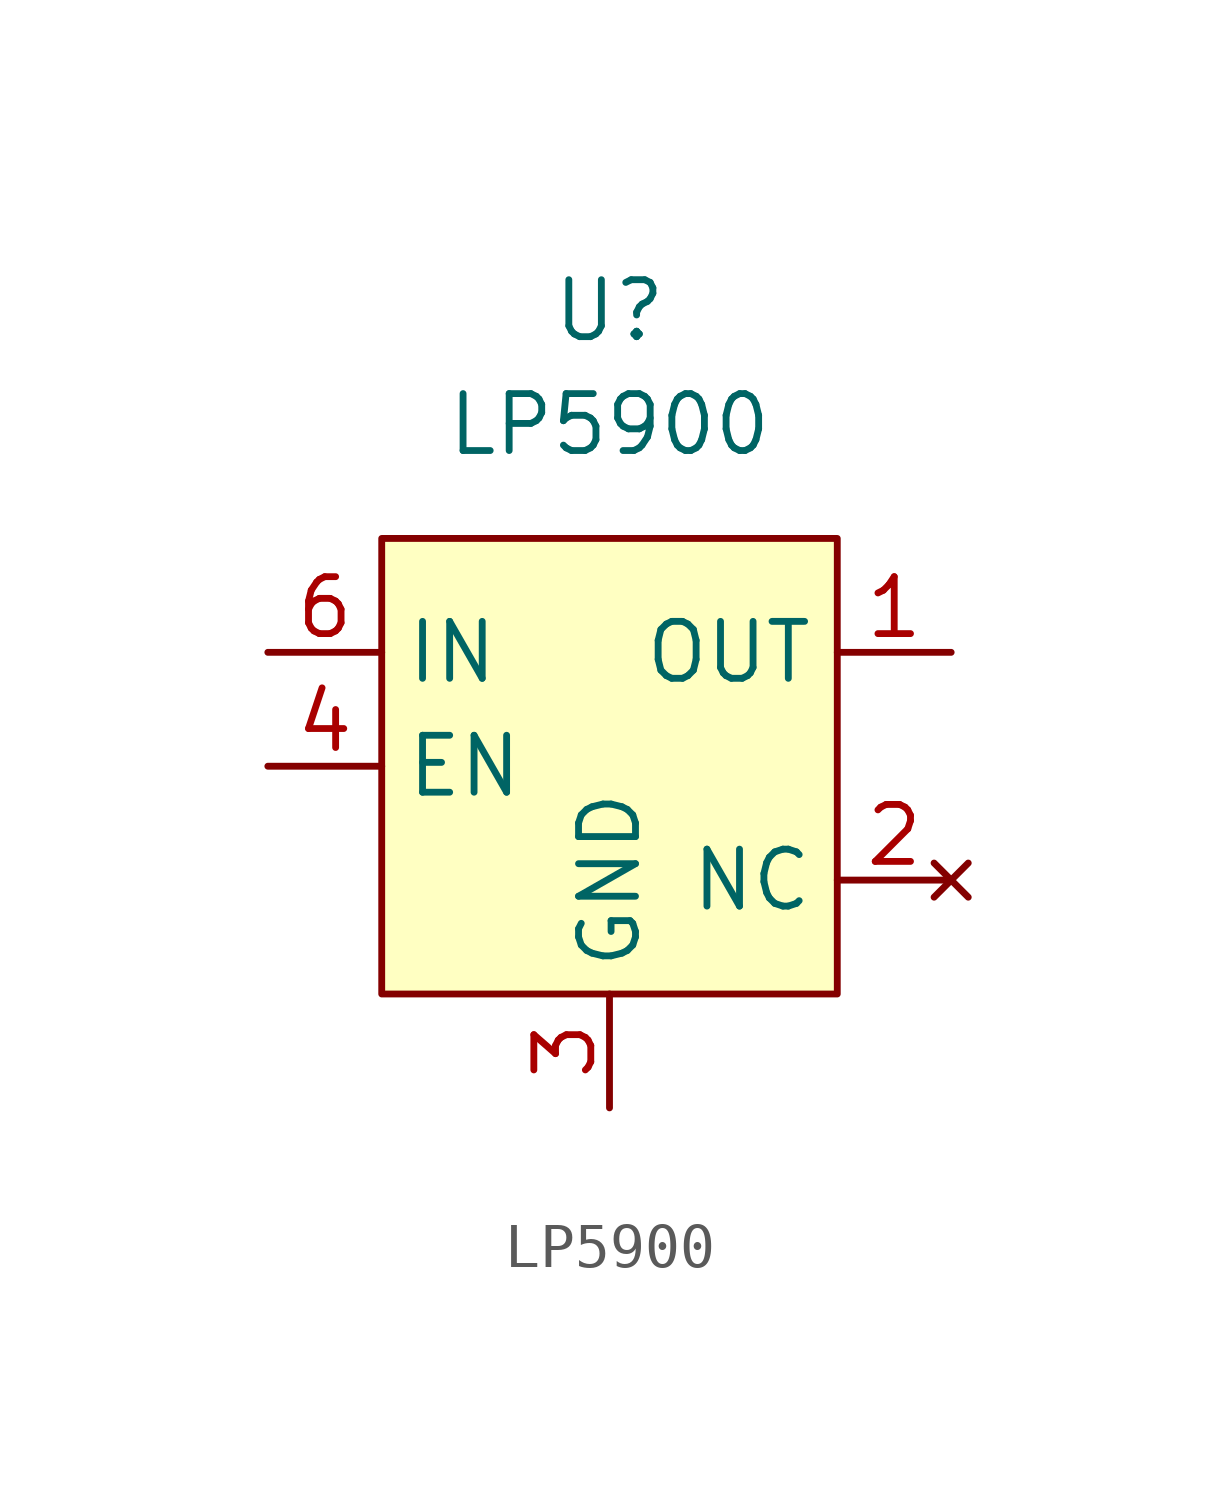
<source format=kicad_sym>
(kicad_symbol_lib
  (version 20211014)
  (generator kicad_symbol_editor)
  (symbol "LP5900"
    (property "Reference" "U"
      (at 0 5.08 0)
      (effects (font (size 1.27 1.27))))
    (property "Value" "LP5900"
      (at 0 2.54 0)
      (effects (font (size 1.27 1.27))))
    (symbol "LP5900_0_1"
      (rectangle (start -5.08 0) (end 5.08 -10.16) (stroke (width 0) (type default) (color 0 0 0 0)) (fill (type background))))
    (symbol "LP5900_1_1"
      (pin power_out line (at 7.62 -2.54 180) (length 2.54) (name "OUT" (effects (font (size 1.27 1.27)))) (number "1" (effects (font (size 1.27 1.27)))))
      (pin no_connect line (at 7.62 -7.62 180) (length 2.54) (name "NC" (effects (font (size 1.27 1.27)))) (number "2" (effects (font (size 1.27 1.27)))))
      (pin power_in line (at 0 -12.7 90) (length 2.54) (name "GND" (effects (font (size 1.27 1.27)))) (number "3" (effects (font (size 1.27 1.27)))))
      (pin input line (at -7.62 -5.08 0) (length 2.54) (name "EN" (effects (font (size 1.27 1.27)))) (number "4" (effects (font (size 1.27 1.27)))))
      (pin no_connect line (at 7.62 -7.62 180) (length 2.54) hide (name "NC" (effects (font (size 1.27 1.27)))) (number "5" (effects (font (size 1.27 1.27)))))
      (pin power_in line (at -7.62 -2.54 0) (length 2.54) (name "IN" (effects (font (size 1.27 1.27)))) (number "6" (effects (font (size 1.27 1.27)))))
      (pin power_in line (at 0 -12.7 90) (length 2.54) hide (name "EP" (effects (font (size 1.27 1.27)))) (number "7" (effects (font (size 1.27 1.27))))))))
</source>
